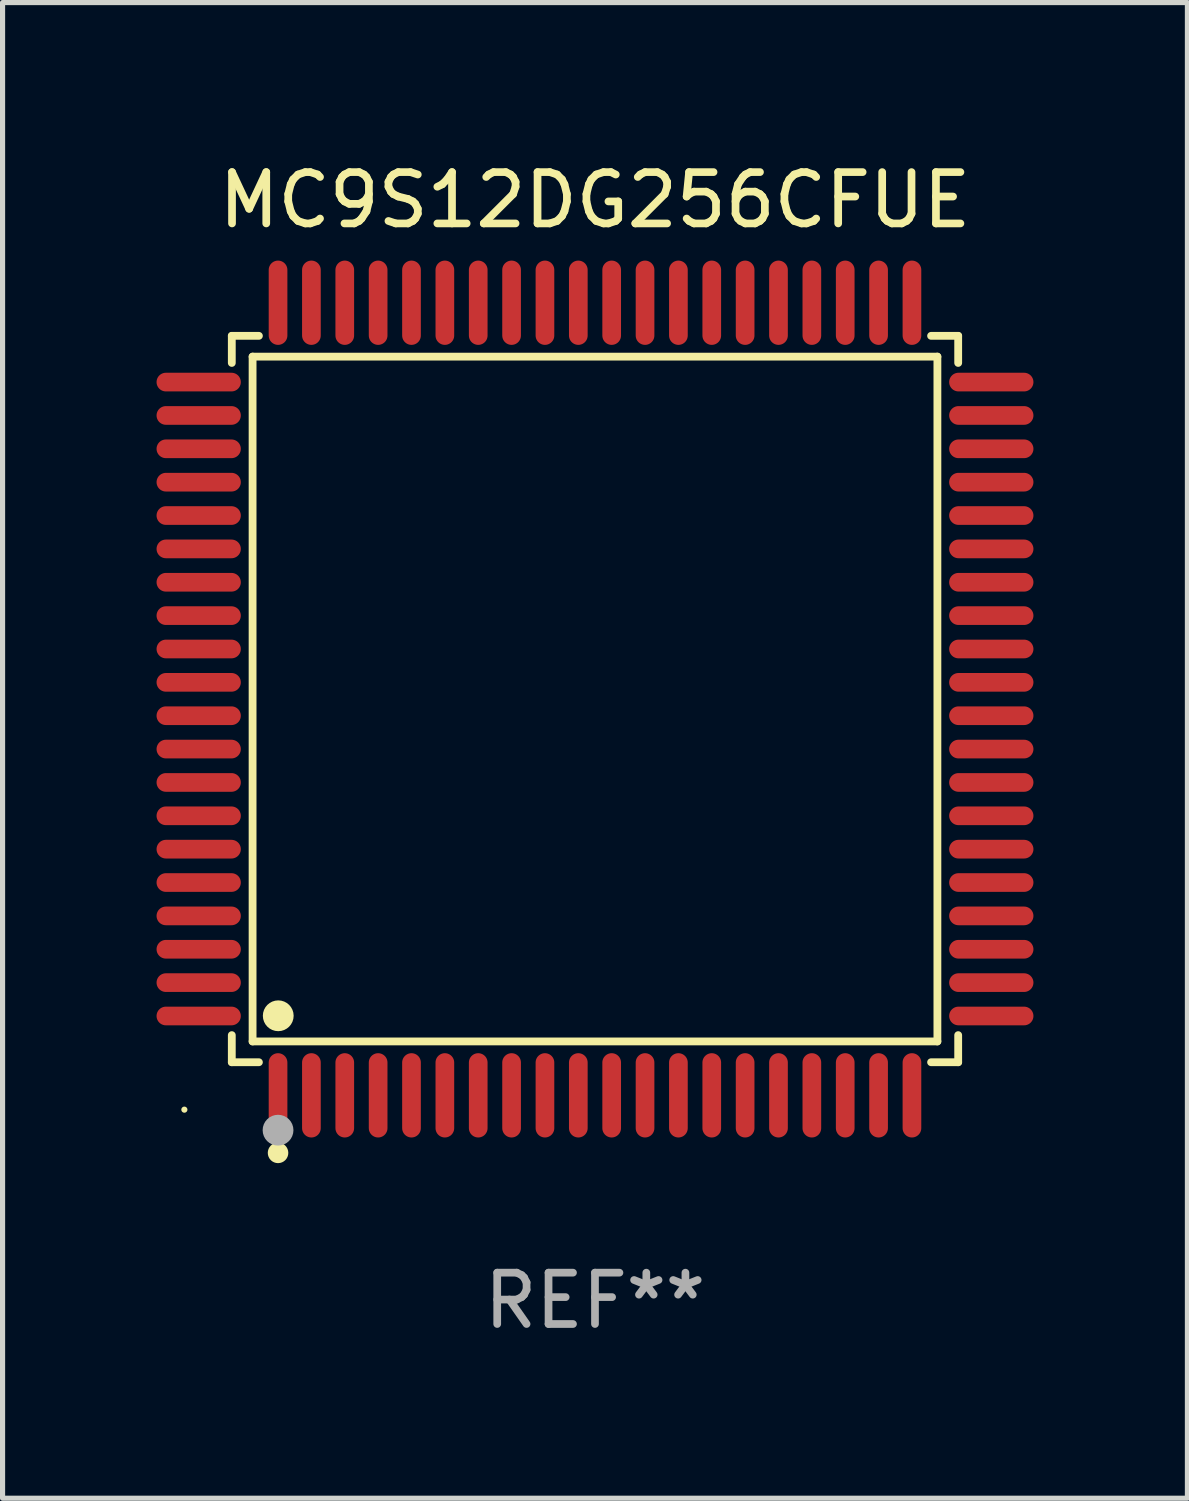
<source format=kicad_pcb>
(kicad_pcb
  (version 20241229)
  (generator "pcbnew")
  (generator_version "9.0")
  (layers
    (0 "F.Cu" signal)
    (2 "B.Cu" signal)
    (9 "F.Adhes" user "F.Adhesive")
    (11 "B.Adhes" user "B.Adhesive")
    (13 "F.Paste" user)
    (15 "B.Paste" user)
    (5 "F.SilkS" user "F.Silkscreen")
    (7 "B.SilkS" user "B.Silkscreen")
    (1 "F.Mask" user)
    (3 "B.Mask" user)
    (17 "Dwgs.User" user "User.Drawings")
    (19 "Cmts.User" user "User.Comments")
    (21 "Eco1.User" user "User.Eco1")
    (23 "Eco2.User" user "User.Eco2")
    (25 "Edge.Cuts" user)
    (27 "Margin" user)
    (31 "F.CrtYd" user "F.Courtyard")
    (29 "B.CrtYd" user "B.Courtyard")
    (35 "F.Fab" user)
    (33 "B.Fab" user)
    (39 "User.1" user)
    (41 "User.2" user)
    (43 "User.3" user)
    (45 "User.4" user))
  (footprint "MC9S12DG256CFUE"
    (layer "F.Cu")
    (at 8.542 10.569)
    (property "Reference" "MC9S12DG256CFUE" (at 0 -9.721 0) (layer "F.SilkS") (effects (font (size 1 1) (thickness 0.15))))
    (attr through_hole)
    (fp_line (start -7.076 -7.076) (end -6.548 -7.076) (stroke (width 0.152) (type solid)) (layer "F.SilkS"))
    (fp_line (start -7.076 -6.548) (end -7.076 -7.076) (stroke (width 0.152) (type solid)) (layer "F.SilkS"))
    (fp_line (start -7.076 6.548) (end -7.076 7.076) (stroke (width 0.152) (type solid)) (layer "F.SilkS"))
    (fp_line (start -7.076 7.076) (end -6.548 7.076) (stroke (width 0.152) (type solid)) (layer "F.SilkS"))
    (fp_line (start -6.671 -6.671) (end 6.671 -6.671) (stroke (width 0.152) (type solid)) (layer "F.SilkS"))
    (fp_line (start -6.671 6.671) (end -6.671 -6.671) (stroke (width 0.152) (type solid)) (layer "F.SilkS"))
    (fp_line (start 6.671 -6.671) (end 6.671 6.671) (stroke (width 0.152) (type solid)) (layer "F.SilkS"))
    (fp_line (start 6.671 6.671) (end -6.671 6.671) (stroke (width 0.152) (type solid)) (layer "F.SilkS"))
    (fp_line (start 7.076 -7.076) (end 6.548 -7.076) (stroke (width 0.152) (type solid)) (layer "F.SilkS"))
    (fp_line (start 7.076 -6.548) (end 7.076 -7.076) (stroke (width 0.152) (type solid)) (layer "F.SilkS"))
    (fp_line (start 7.076 6.548) (end 7.076 7.076) (stroke (width 0.152) (type solid)) (layer "F.SilkS"))
    (fp_line (start 7.076 7.076) (end 6.548 7.076) (stroke (width 0.152) (type solid)) (layer "F.SilkS"))
    (fp_circle (center -8 8) (end -7.97 8) (stroke (width 0.06) (type solid)) (fill no) (layer "F.SilkS"))
    (fp_circle (center -6.175 8.842) (end -6.075 8.842) (stroke (width 0.2) (type solid)) (fill no) (layer "F.SilkS"))
    (fp_circle (center -6.171 6.171) (end -6.021 6.171) (stroke (width 0.3) (type solid)) (fill no) (layer "F.SilkS"))
    (fp_circle (center -6.175 8.4) (end -6.025 8.4) (stroke (width 0.3) (type solid)) (fill no) (layer "F.Fab"))
    (fp_text user "REF**" (at 0 11.721 0) (layer "F.Fab") (effects (font (size 1 1) (thickness 0.15))))
    (pad "1" smd oval (at -6.175 7.721) (size 0.364 1.642) (layers "F.Cu" "F.Mask" "F.Paste"))
    (pad "2" smd oval (at -5.525 7.721) (size 0.364 1.642) (layers "F.Cu" "F.Mask" "F.Paste"))
    (pad "3" smd oval (at -4.875 7.721) (size 0.364 1.642) (layers "F.Cu" "F.Mask" "F.Paste"))
    (pad "4" smd oval (at -4.225 7.721) (size 0.364 1.642) (layers "F.Cu" "F.Mask" "F.Paste"))
    (pad "5" smd oval (at -3.575 7.721) (size 0.364 1.642) (layers "F.Cu" "F.Mask" "F.Paste"))
    (pad "6" smd oval (at -2.925 7.721) (size 0.364 1.642) (layers "F.Cu" "F.Mask" "F.Paste"))
    (pad "7" smd oval (at -2.275 7.721) (size 0.364 1.642) (layers "F.Cu" "F.Mask" "F.Paste"))
    (pad "8" smd oval (at -1.625 7.721) (size 0.364 1.642) (layers "F.Cu" "F.Mask" "F.Paste"))
    (pad "9" smd oval (at -0.975 7.721) (size 0.364 1.642) (layers "F.Cu" "F.Mask" "F.Paste"))
    (pad "10" smd oval (at -0.325 7.721) (size 0.364 1.642) (layers "F.Cu" "F.Mask" "F.Paste"))
    (pad "11" smd oval (at 0.325 7.721) (size 0.364 1.642) (layers "F.Cu" "F.Mask" "F.Paste"))
    (pad "12" smd oval (at 0.975 7.721) (size 0.364 1.642) (layers "F.Cu" "F.Mask" "F.Paste"))
    (pad "13" smd oval (at 1.625 7.721) (size 0.364 1.642) (layers "F.Cu" "F.Mask" "F.Paste"))
    (pad "14" smd oval (at 2.275 7.721) (size 0.364 1.642) (layers "F.Cu" "F.Mask" "F.Paste"))
    (pad "15" smd oval (at 2.925 7.721) (size 0.364 1.642) (layers "F.Cu" "F.Mask" "F.Paste"))
    (pad "16" smd oval (at 3.575 7.721) (size 0.364 1.642) (layers "F.Cu" "F.Mask" "F.Paste"))
    (pad "17" smd oval (at 4.225 7.721) (size 0.364 1.642) (layers "F.Cu" "F.Mask" "F.Paste"))
    (pad "18" smd oval (at 4.875 7.721) (size 0.364 1.642) (layers "F.Cu" "F.Mask" "F.Paste"))
    (pad "19" smd oval (at 5.525 7.721) (size 0.364 1.642) (layers "F.Cu" "F.Mask" "F.Paste"))
    (pad "20" smd oval (at 6.175 7.721) (size 0.364 1.642) (layers "F.Cu" "F.Mask" "F.Paste"))
    (pad "21" smd oval (at 7.721 6.175) (size 1.642 0.364) (layers "F.Cu" "F.Mask" "F.Paste"))
    (pad "22" smd oval (at 7.721 5.525) (size 1.642 0.364) (layers "F.Cu" "F.Mask" "F.Paste"))
    (pad "23" smd oval (at 7.721 4.875) (size 1.642 0.364) (layers "F.Cu" "F.Mask" "F.Paste"))
    (pad "24" smd oval (at 7.721 4.225) (size 1.642 0.364) (layers "F.Cu" "F.Mask" "F.Paste"))
    (pad "25" smd oval (at 7.721 3.575) (size 1.642 0.364) (layers "F.Cu" "F.Mask" "F.Paste"))
    (pad "26" smd oval (at 7.721 2.925) (size 1.642 0.364) (layers "F.Cu" "F.Mask" "F.Paste"))
    (pad "27" smd oval (at 7.721 2.275) (size 1.642 0.364) (layers "F.Cu" "F.Mask" "F.Paste"))
    (pad "28" smd oval (at 7.721 1.625) (size 1.642 0.364) (layers "F.Cu" "F.Mask" "F.Paste"))
    (pad "29" smd oval (at 7.721 0.975) (size 1.642 0.364) (layers "F.Cu" "F.Mask" "F.Paste"))
    (pad "30" smd oval (at 7.721 0.325) (size 1.642 0.364) (layers "F.Cu" "F.Mask" "F.Paste"))
    (pad "31" smd oval (at 7.721 -0.325) (size 1.642 0.364) (layers "F.Cu" "F.Mask" "F.Paste"))
    (pad "32" smd oval (at 7.721 -0.975) (size 1.642 0.364) (layers "F.Cu" "F.Mask" "F.Paste"))
    (pad "33" smd oval (at 7.721 -1.625) (size 1.642 0.364) (layers "F.Cu" "F.Mask" "F.Paste"))
    (pad "34" smd oval (at 7.721 -2.275) (size 1.642 0.364) (layers "F.Cu" "F.Mask" "F.Paste"))
    (pad "35" smd oval (at 7.721 -2.925) (size 1.642 0.364) (layers "F.Cu" "F.Mask" "F.Paste"))
    (pad "36" smd oval (at 7.721 -3.575) (size 1.642 0.364) (layers "F.Cu" "F.Mask" "F.Paste"))
    (pad "37" smd oval (at 7.721 -4.225) (size 1.642 0.364) (layers "F.Cu" "F.Mask" "F.Paste"))
    (pad "38" smd oval (at 7.721 -4.875) (size 1.642 0.364) (layers "F.Cu" "F.Mask" "F.Paste"))
    (pad "39" smd oval (at 7.721 -5.525) (size 1.642 0.364) (layers "F.Cu" "F.Mask" "F.Paste"))
    (pad "40" smd oval (at 7.721 -6.175) (size 1.642 0.364) (layers "F.Cu" "F.Mask" "F.Paste"))
    (pad "41" smd oval (at 6.175 -7.721) (size 0.364 1.642) (layers "F.Cu" "F.Mask" "F.Paste"))
    (pad "42" smd oval (at 5.525 -7.721) (size 0.364 1.642) (layers "F.Cu" "F.Mask" "F.Paste"))
    (pad "43" smd oval (at 4.875 -7.721) (size 0.364 1.642) (layers "F.Cu" "F.Mask" "F.Paste"))
    (pad "44" smd oval (at 4.225 -7.721) (size 0.364 1.642) (layers "F.Cu" "F.Mask" "F.Paste"))
    (pad "45" smd oval (at 3.575 -7.721) (size 0.364 1.642) (layers "F.Cu" "F.Mask" "F.Paste"))
    (pad "46" smd oval (at 2.925 -7.721) (size 0.364 1.642) (layers "F.Cu" "F.Mask" "F.Paste"))
    (pad "47" smd oval (at 2.275 -7.721) (size 0.364 1.642) (layers "F.Cu" "F.Mask" "F.Paste"))
    (pad "48" smd oval (at 1.625 -7.721) (size 0.364 1.642) (layers "F.Cu" "F.Mask" "F.Paste"))
    (pad "49" smd oval (at 0.975 -7.721) (size 0.364 1.642) (layers "F.Cu" "F.Mask" "F.Paste"))
    (pad "50" smd oval (at 0.325 -7.721) (size 0.364 1.642) (layers "F.Cu" "F.Mask" "F.Paste"))
    (pad "51" smd oval (at -0.325 -7.721) (size 0.364 1.642) (layers "F.Cu" "F.Mask" "F.Paste"))
    (pad "52" smd oval (at -0.975 -7.721) (size 0.364 1.642) (layers "F.Cu" "F.Mask" "F.Paste"))
    (pad "53" smd oval (at -1.625 -7.721) (size 0.364 1.642) (layers "F.Cu" "F.Mask" "F.Paste"))
    (pad "54" smd oval (at -2.275 -7.721) (size 0.364 1.642) (layers "F.Cu" "F.Mask" "F.Paste"))
    (pad "55" smd oval (at -2.925 -7.721) (size 0.364 1.642) (layers "F.Cu" "F.Mask" "F.Paste"))
    (pad "56" smd oval (at -3.575 -7.721) (size 0.364 1.642) (layers "F.Cu" "F.Mask" "F.Paste"))
    (pad "57" smd oval (at -4.225 -7.721) (size 0.364 1.642) (layers "F.Cu" "F.Mask" "F.Paste"))
    (pad "58" smd oval (at -4.875 -7.721) (size 0.364 1.642) (layers "F.Cu" "F.Mask" "F.Paste"))
    (pad "59" smd oval (at -5.525 -7.721) (size 0.364 1.642) (layers "F.Cu" "F.Mask" "F.Paste"))
    (pad "60" smd oval (at -6.175 -7.721) (size 0.364 1.642) (layers "F.Cu" "F.Mask" "F.Paste"))
    (pad "61" smd oval (at -7.721 -6.175) (size 1.642 0.364) (layers "F.Cu" "F.Mask" "F.Paste"))
    (pad "62" smd oval (at -7.721 -5.525) (size 1.642 0.364) (layers "F.Cu" "F.Mask" "F.Paste"))
    (pad "63" smd oval (at -7.721 -4.875) (size 1.642 0.364) (layers "F.Cu" "F.Mask" "F.Paste"))
    (pad "64" smd oval (at -7.721 -4.225) (size 1.642 0.364) (layers "F.Cu" "F.Mask" "F.Paste"))
    (pad "65" smd oval (at -7.721 -3.575) (size 1.642 0.364) (layers "F.Cu" "F.Mask" "F.Paste"))
    (pad "66" smd oval (at -7.721 -2.925) (size 1.642 0.364) (layers "F.Cu" "F.Mask" "F.Paste"))
    (pad "67" smd oval (at -7.721 -2.275) (size 1.642 0.364) (layers "F.Cu" "F.Mask" "F.Paste"))
    (pad "68" smd oval (at -7.721 -1.625) (size 1.642 0.364) (layers "F.Cu" "F.Mask" "F.Paste"))
    (pad "69" smd oval (at -7.721 -0.975) (size 1.642 0.364) (layers "F.Cu" "F.Mask" "F.Paste"))
    (pad "70" smd oval (at -7.721 -0.325) (size 1.642 0.364) (layers "F.Cu" "F.Mask" "F.Paste"))
    (pad "71" smd oval (at -7.721 0.325) (size 1.642 0.364) (layers "F.Cu" "F.Mask" "F.Paste"))
    (pad "72" smd oval (at -7.721 0.975) (size 1.642 0.364) (layers "F.Cu" "F.Mask" "F.Paste"))
    (pad "73" smd oval (at -7.721 1.625) (size 1.642 0.364) (layers "F.Cu" "F.Mask" "F.Paste"))
    (pad "74" smd oval (at -7.721 2.275) (size 1.642 0.364) (layers "F.Cu" "F.Mask" "F.Paste"))
    (pad "75" smd oval (at -7.721 2.925) (size 1.642 0.364) (layers "F.Cu" "F.Mask" "F.Paste"))
    (pad "76" smd oval (at -7.721 3.575) (size 1.642 0.364) (layers "F.Cu" "F.Mask" "F.Paste"))
    (pad "77" smd oval (at -7.721 4.225) (size 1.642 0.364) (layers "F.Cu" "F.Mask" "F.Paste"))
    (pad "78" smd oval (at -7.721 4.875) (size 1.642 0.364) (layers "F.Cu" "F.Mask" "F.Paste"))
    (pad "79" smd oval (at -7.721 5.525) (size 1.642 0.364) (layers "F.Cu" "F.Mask" "F.Paste"))
    (pad "80" smd oval (at -7.721 6.175) (size 1.642 0.364) (layers "F.Cu" "F.Mask" "F.Paste")))
  (gr_rect
    (start -3 -3)
    (end 20.084 26.139)
    (stroke (width 0.1) (type default))
    (fill no)
    (layer "Edge.Cuts")))
</source>
